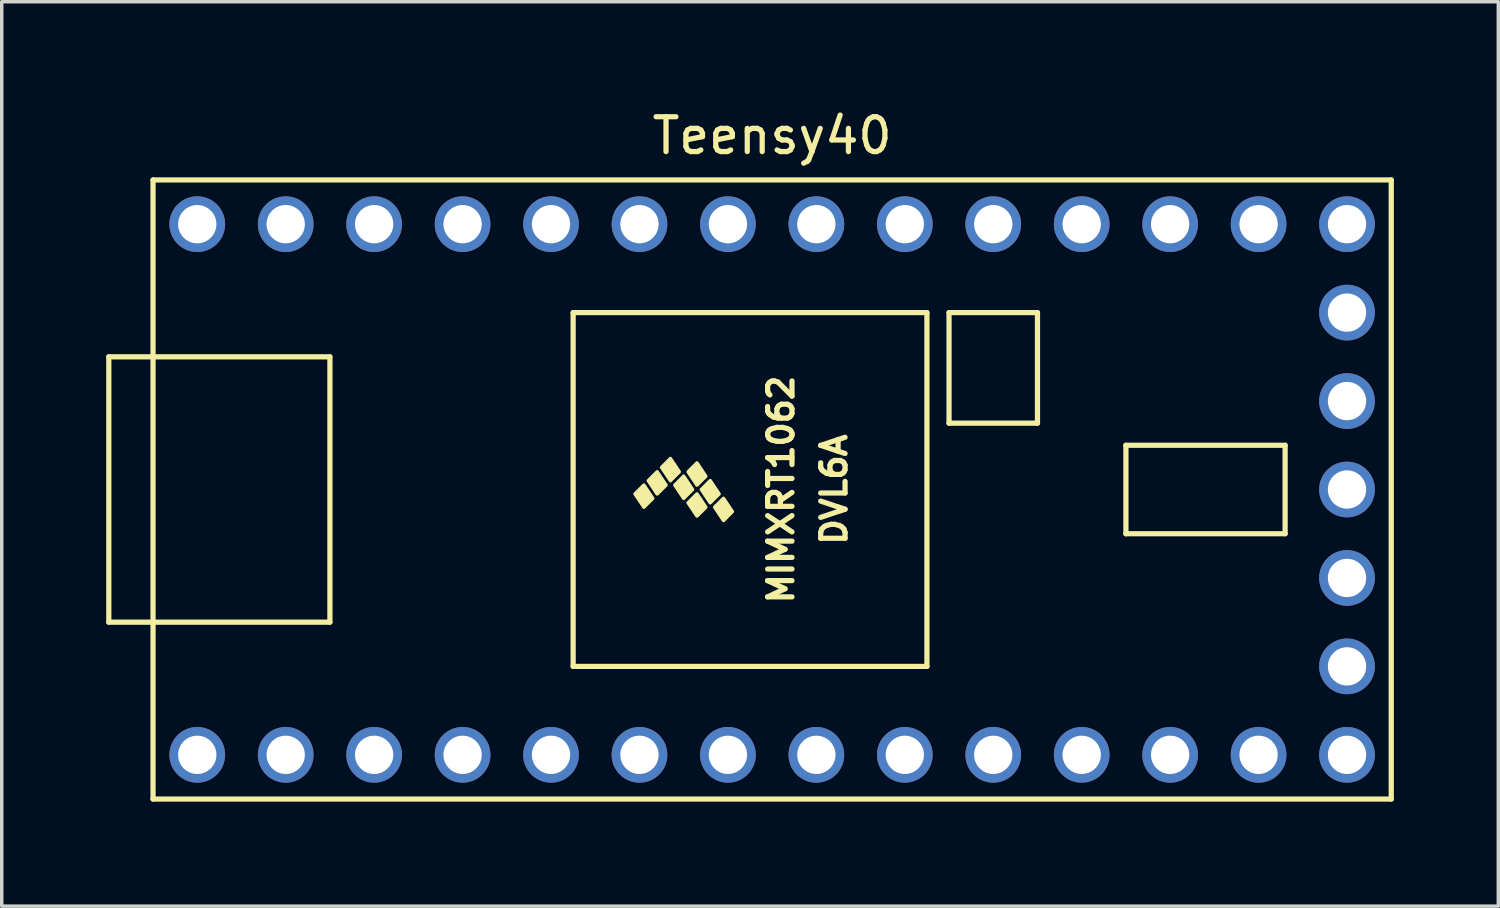
<source format=kicad_pcb>
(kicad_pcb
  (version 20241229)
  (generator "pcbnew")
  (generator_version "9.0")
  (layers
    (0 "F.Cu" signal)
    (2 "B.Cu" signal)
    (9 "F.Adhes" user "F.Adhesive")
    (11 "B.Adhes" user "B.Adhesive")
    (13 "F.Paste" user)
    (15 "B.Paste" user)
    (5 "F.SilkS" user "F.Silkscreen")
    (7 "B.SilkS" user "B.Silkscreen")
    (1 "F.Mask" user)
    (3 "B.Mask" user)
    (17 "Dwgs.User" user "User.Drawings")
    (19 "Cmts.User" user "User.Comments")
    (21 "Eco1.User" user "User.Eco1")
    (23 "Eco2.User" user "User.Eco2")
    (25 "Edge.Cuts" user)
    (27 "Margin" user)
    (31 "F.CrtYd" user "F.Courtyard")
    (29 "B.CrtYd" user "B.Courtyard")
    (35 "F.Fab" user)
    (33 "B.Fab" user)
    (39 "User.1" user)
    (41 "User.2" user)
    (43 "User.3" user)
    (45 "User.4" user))
  (footprint "Teensy40"
    (layer "F.Cu")
    (at 19.125 11.008)
    (property "Reference" "Teensy40" (at 0 -10.16 0) (layer "F.SilkS") (effects (font (size 1 1) (thickness 0.15))))
    (attr through_hole)
    (fp_line (start -19.05 -3.81) (end -17.78 -3.81) (stroke (width 0.15) (type solid)) (layer "F.SilkS"))
    (fp_line (start -19.05 3.81) (end -19.05 -3.81) (stroke (width 0.15) (type solid)) (layer "F.SilkS"))
    (fp_line (start -17.78 -8.89) (end 17.78 -8.89) (stroke (width 0.15) (type solid)) (layer "F.SilkS"))
    (fp_line (start -17.78 3.81) (end -19.05 3.81) (stroke (width 0.15) (type solid)) (layer "F.SilkS"))
    (fp_line (start -17.78 8.89) (end -17.78 -8.89) (stroke (width 0.15) (type solid)) (layer "F.SilkS"))
    (fp_line (start -12.7 -3.81) (end -17.78 -3.81) (stroke (width 0.15) (type solid)) (layer "F.SilkS"))
    (fp_line (start -12.7 3.81) (end -17.78 3.81) (stroke (width 0.15) (type solid)) (layer "F.SilkS"))
    (fp_line (start -12.7 3.81) (end -12.7 -3.81) (stroke (width 0.15) (type solid)) (layer "F.SilkS"))
    (fp_line (start -5.715 -5.08) (end -5.715 5.08) (stroke (width 0.15) (type solid)) (layer "F.SilkS"))
    (fp_line (start 4.445 -5.08) (end -5.715 -5.08) (stroke (width 0.15) (type solid)) (layer "F.SilkS"))
    (fp_line (start 4.445 5.08) (end -5.715 5.08) (stroke (width 0.15) (type solid)) (layer "F.SilkS"))
    (fp_line (start 4.445 5.08) (end 4.445 -5.08) (stroke (width 0.15) (type solid)) (layer "F.SilkS"))
    (fp_line (start 5.08 -5.08) (end 7.62 -5.08) (stroke (width 0.15) (type solid)) (layer "F.SilkS"))
    (fp_line (start 5.08 -1.905) (end 5.08 -5.08) (stroke (width 0.15) (type solid)) (layer "F.SilkS"))
    (fp_line (start 7.62 -5.08) (end 7.62 -1.905) (stroke (width 0.15) (type solid)) (layer "F.SilkS"))
    (fp_line (start 7.62 -1.905) (end 5.08 -1.905) (stroke (width 0.15) (type solid)) (layer "F.SilkS"))
    (fp_line (start 10.16 -1.27) (end 14.732 -1.27) (stroke (width 0.15) (type solid)) (layer "F.SilkS"))
    (fp_line (start 10.16 1.27) (end 10.16 -1.27) (stroke (width 0.15) (type solid)) (layer "F.SilkS"))
    (fp_line (start 14.732 -1.27) (end 14.732 1.27) (stroke (width 0.15) (type solid)) (layer "F.SilkS"))
    (fp_line (start 14.732 1.27) (end 10.16 1.27) (stroke (width 0.15) (type solid)) (layer "F.SilkS"))
    (fp_line (start 17.78 -8.89) (end 17.78 8.89) (stroke (width 0.15) (type solid)) (layer "F.SilkS"))
    (fp_line (start 17.78 8.89) (end -17.78 8.89) (stroke (width 0.15) (type solid)) (layer "F.SilkS"))
    (fp_poly (pts (xy -3.937 0.127) (xy -3.683 -0.127) (xy -3.429 0.254) (xy -3.683 0.508)) (stroke (width 0.1) (type solid)) (fill yes) (layer "F.SilkS"))
    (fp_poly (pts (xy -3.556 -0.254) (xy -3.302 -0.508) (xy -3.048 -0.127) (xy -3.302 0.127)) (stroke (width 0.1) (type solid)) (fill yes) (layer "F.SilkS"))
    (fp_poly (pts (xy -3.175 -0.635) (xy -2.921 -0.889) (xy -2.667 -0.508) (xy -2.921 -0.254)) (stroke (width 0.1) (type solid)) (fill yes) (layer "F.SilkS"))
    (fp_poly (pts (xy -2.794 -0.127) (xy -2.54 -0.381) (xy -2.286 0) (xy -2.54 0.254)) (stroke (width 0.1) (type solid)) (fill yes) (layer "F.SilkS"))
    (fp_poly (pts (xy -2.413 -0.508) (xy -2.159 -0.762) (xy -1.905 -0.381) (xy -2.159 -0.127)) (stroke (width 0.1) (type solid)) (fill yes) (layer "F.SilkS"))
    (fp_poly (pts (xy -2.413 0.381) (xy -2.159 0.127) (xy -1.905 0.508) (xy -2.159 0.762)) (stroke (width 0.1) (type solid)) (fill yes) (layer "F.SilkS"))
    (fp_poly (pts (xy -2.032 0) (xy -1.778 -0.254) (xy -1.524 0.127) (xy -1.778 0.381)) (stroke (width 0.1) (type solid)) (fill yes) (layer "F.SilkS"))
    (fp_poly (pts (xy -1.651 0.508) (xy -1.397 0.254) (xy -1.143 0.635) (xy -1.397 0.889)) (stroke (width 0.1) (type solid)) (fill yes) (layer "F.SilkS"))
    (fp_text user "DVL6A" (at 1.778 0 90) (layer "F.SilkS") (effects (font (size 0.7 0.7) (thickness 0.15))))
    (fp_text user "MIMXRT1062" (at 0.254 0 90) (layer "F.SilkS") (effects (font (size 0.7 0.7) (thickness 0.15))))
    (pad "0" thru_hole circle (at -13.97 7.62) (size 1.6 1.6) (drill 1.1) (layers "*.Cu" "*.Mask"))
    (pad "1" thru_hole circle (at -11.43 7.62) (size 1.6 1.6) (drill 1.1) (layers "*.Cu" "*.Mask"))
    (pad "2" thru_hole circle (at -8.89 7.62) (size 1.6 1.6) (drill 1.1) (layers "*.Cu" "*.Mask"))
    (pad "3" thru_hole circle (at -6.35 7.62) (size 1.6 1.6) (drill 1.1) (layers "*.Cu" "*.Mask"))
    (pad "4" thru_hole circle (at -3.81 7.62) (size 1.6 1.6) (drill 1.1) (layers "*.Cu" "*.Mask"))
    (pad "5" thru_hole circle (at -1.27 7.62) (size 1.6 1.6) (drill 1.1) (layers "*.Cu" "*.Mask"))
    (pad "6" thru_hole circle (at 1.27 7.62) (size 1.6 1.6) (drill 1.1) (layers "*.Cu" "*.Mask"))
    (pad "7" thru_hole circle (at 3.81 7.62) (size 1.6 1.6) (drill 1.1) (layers "*.Cu" "*.Mask"))
    (pad "8" thru_hole circle (at 6.35 7.62) (size 1.6 1.6) (drill 1.1) (layers "*.Cu" "*.Mask"))
    (pad "9" thru_hole circle (at 8.89 7.62) (size 1.6 1.6) (drill 1.1) (layers "*.Cu" "*.Mask"))
    (pad "10" thru_hole circle (at 11.43 7.62) (size 1.6 1.6) (drill 1.1) (layers "*.Cu" "*.Mask"))
    (pad "11" thru_hole circle (at 13.97 7.62) (size 1.6 1.6) (drill 1.1) (layers "*.Cu" "*.Mask"))
    (pad "12" thru_hole circle (at 16.51 7.62) (size 1.6 1.6) (drill 1.1) (layers "*.Cu" "*.Mask"))
    (pad "13" thru_hole circle (at 16.51 -7.62) (size 1.6 1.6) (drill 1.1) (layers "*.Cu" "*.Mask"))
    (pad "14" thru_hole circle (at 13.97 -7.62) (size 1.6 1.6) (drill 1.1) (layers "*.Cu" "*.Mask"))
    (pad "15" thru_hole circle (at 11.43 -7.62) (size 1.6 1.6) (drill 1.1) (layers "*.Cu" "*.Mask"))
    (pad "16" thru_hole circle (at 8.89 -7.62) (size 1.6 1.6) (drill 1.1) (layers "*.Cu" "*.Mask"))
    (pad "17" thru_hole circle (at 6.35 -7.62) (size 1.6 1.6) (drill 1.1) (layers "*.Cu" "*.Mask"))
    (pad "18" thru_hole circle (at 3.81 -7.62) (size 1.6 1.6) (drill 1.1) (layers "*.Cu" "*.Mask"))
    (pad "19" thru_hole circle (at 1.27 -7.62) (size 1.6 1.6) (drill 1.1) (layers "*.Cu" "*.Mask"))
    (pad "20" thru_hole circle (at -1.27 -7.62) (size 1.6 1.6) (drill 1.1) (layers "*.Cu" "*.Mask"))
    (pad "21" thru_hole circle (at -3.81 -7.62) (size 1.6 1.6) (drill 1.1) (layers "*.Cu" "*.Mask"))
    (pad "22" thru_hole circle (at -6.35 -7.62) (size 1.6 1.6) (drill 1.1) (layers "*.Cu" "*.Mask"))
    (pad "23" thru_hole circle (at -8.89 -7.62) (size 1.6 1.6) (drill 1.1) (layers "*.Cu" "*.Mask"))
    (pad "24" thru_hole circle (at -11.43 -7.62) (size 1.6 1.6) (drill 1.1) (layers "*.Cu" "*.Mask"))
    (pad "25" thru_hole circle (at -13.97 -7.62) (size 1.6 1.6) (drill 1.1) (layers "*.Cu" "*.Mask"))
    (pad "26" thru_hole circle (at -16.51 -7.62) (size 1.6 1.6) (drill 1.1) (layers "*.Cu" "*.Mask"))
    (pad "27" thru_hole circle (at -16.51 7.62) (size 1.6 1.6) (drill 1.1) (layers "*.Cu" "*.Mask"))
    (pad "28" thru_hole circle (at 16.51 5.08) (size 1.6 1.6) (drill 1.1) (layers "*.Cu" "*.Mask"))
    (pad "29" thru_hole circle (at 16.51 2.54) (size 1.6 1.6) (drill 1.1) (layers "*.Cu" "*.Mask"))
    (pad "30" thru_hole circle (at 16.51 0) (size 1.6 1.6) (drill 1.1) (layers "*.Cu" "*.Mask"))
    (pad "31" thru_hole circle (at 16.51 -2.54) (size 1.6 1.6) (drill 1.1) (layers "*.Cu" "*.Mask"))
    (pad "32" thru_hole circle (at 16.51 -5.08) (size 1.6 1.6) (drill 1.1) (layers "*.Cu" "*.Mask")))
  (gr_rect
    (start -3 -3)
    (end 39.98 22.973)
    (stroke (width 0.1) (type default))
    (fill no)
    (layer "Edge.Cuts")))
</source>
